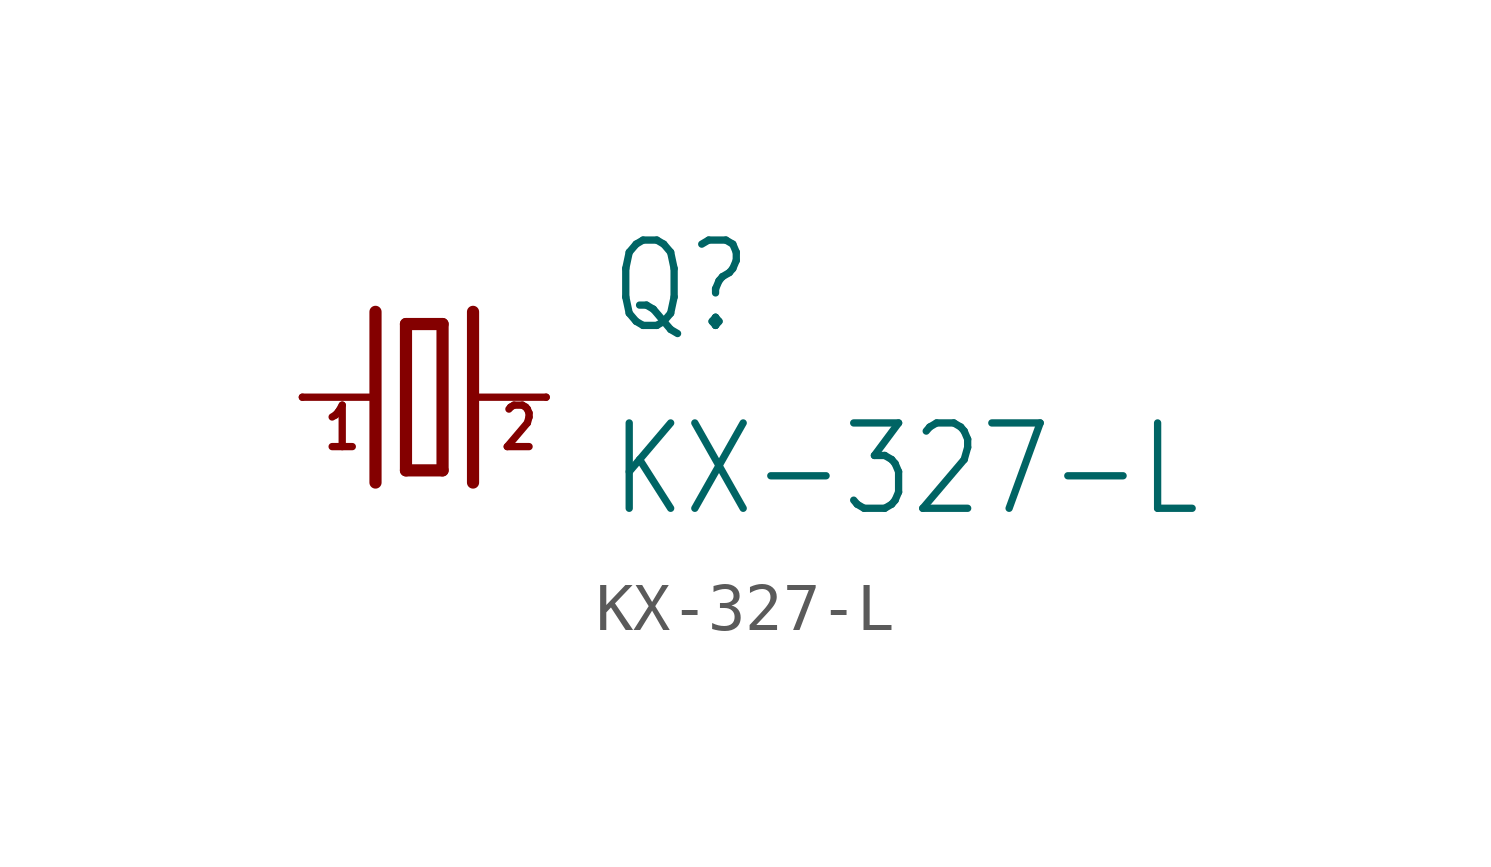
<source format=kicad_sym>
(kicad_symbol_lib
  (version 20211014)
  (generator kicad_symbol_editor)
  (symbol "KX-327-L"
    (property "Reference" "Q"
      (at 3.81 1.27 0)
      (effects (font (size 1.778 1.511)) (justify left bottom)))
    (property "Value" "KX-327-L"
      (at 3.81 -2.54 0)
      (effects (font (size 1.778 1.511)) (justify left bottom)))
    (property "ki_locked" ""
      (at 0 0 0)
      (effects (font (size 1.27 1.27))))
    (symbol "KX-327-L_1_0"
      (polyline (pts (xy -2.54 0) (xy -1.016 0)) (stroke (width 0.152) (type default) (color 0 0 0 0)) (fill (type none)))
      (polyline (pts (xy -1.016 1.778) (xy -1.016 -1.778)) (stroke (width 0.254) (type default) (color 0 0 0 0)) (fill (type none)))
      (polyline (pts (xy -0.381 -1.524) (xy 0.381 -1.524)) (stroke (width 0.254) (type default) (color 0 0 0 0)) (fill (type none)))
      (polyline (pts (xy -0.381 1.524) (xy -0.381 -1.524)) (stroke (width 0.254) (type default) (color 0 0 0 0)) (fill (type none)))
      (polyline (pts (xy 0.381 -1.524) (xy 0.381 1.524)) (stroke (width 0.254) (type default) (color 0 0 0 0)) (fill (type none)))
      (polyline (pts (xy 0.381 1.524) (xy -0.381 1.524)) (stroke (width 0.254) (type default) (color 0 0 0 0)) (fill (type none)))
      (polyline (pts (xy 1.016 0) (xy 2.54 0)) (stroke (width 0.152) (type default) (color 0 0 0 0)) (fill (type none)))
      (polyline (pts (xy 1.016 1.778) (xy 1.016 -1.778)) (stroke (width 0.254) (type default) (color 0 0 0 0)) (fill (type none)))
      (text "1" (at -2.159 -1.143 0) (effects (font (size 0.864 0.734)) (justify left bottom)))
      (text "2" (at 1.524 -1.143 0) (effects (font (size 0.864 0.734)) (justify left bottom)))
      (pin passive line (at -2.54 0 0) (length 0) (name "1" (effects (font (size 0 0)))) (number "1" (effects (font (size 0 0)))))
      (pin passive line (at 2.54 0 180) (length 0) (name "2" (effects (font (size 0 0)))) (number "4" (effects (font (size 0 0))))))))
</source>
